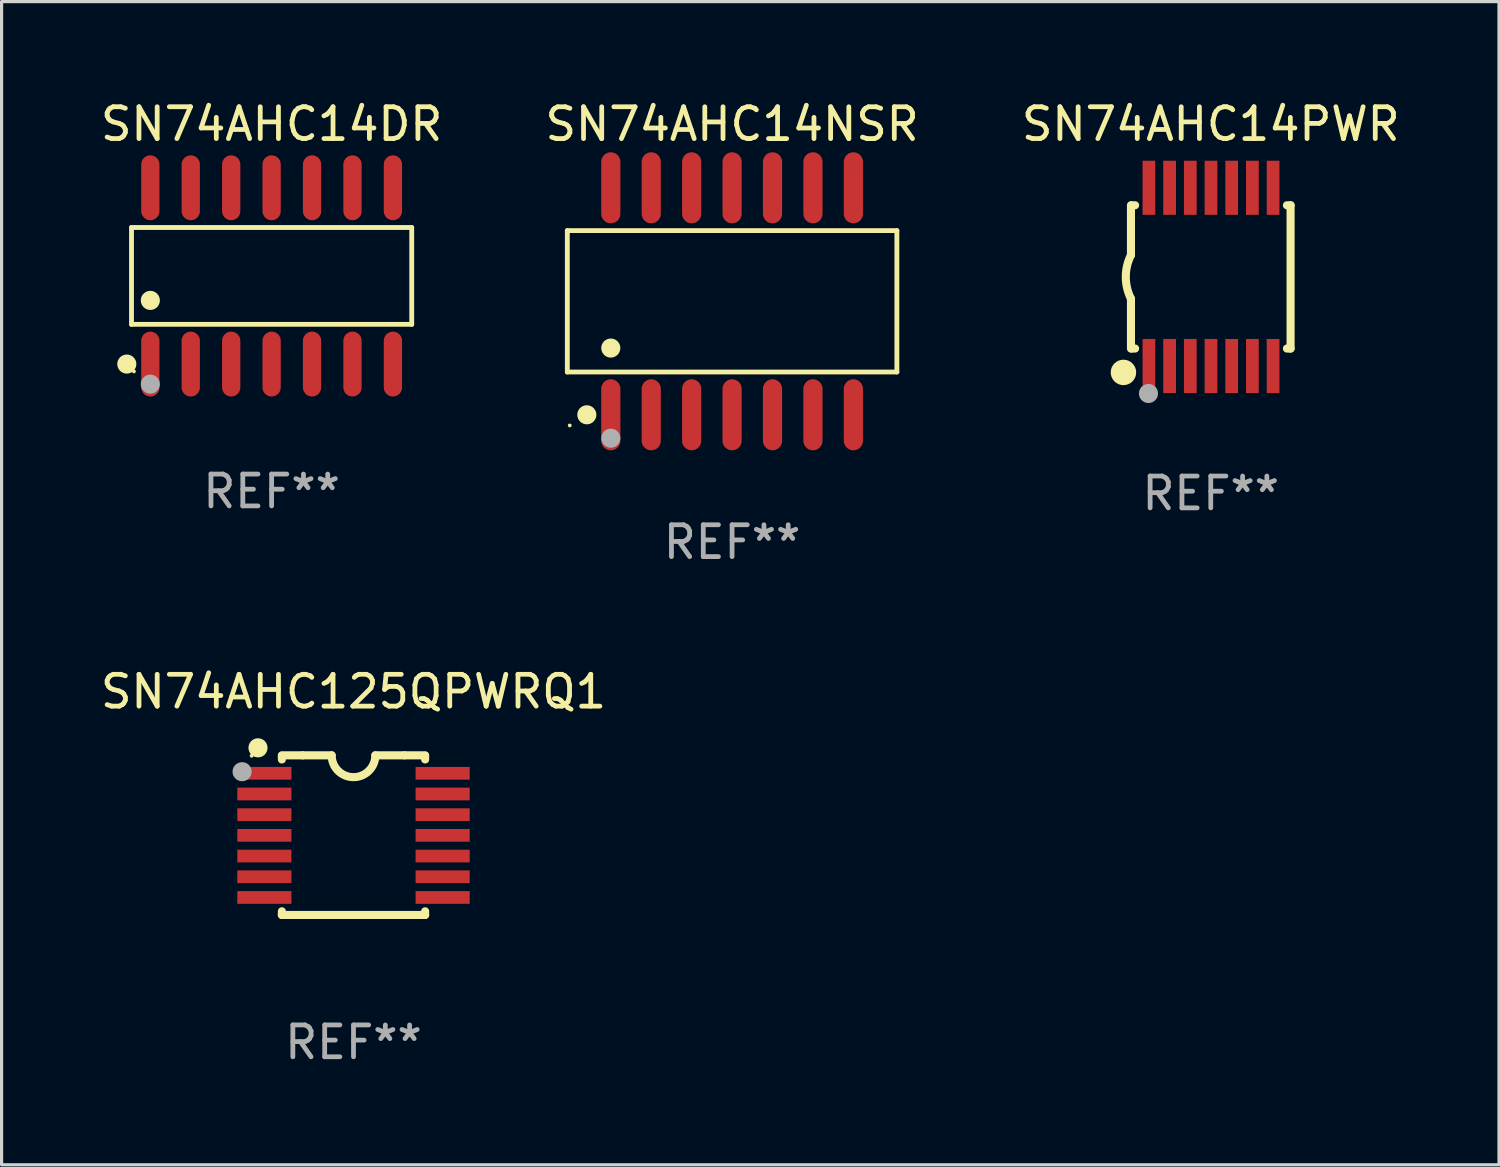
<source format=kicad_pcb>
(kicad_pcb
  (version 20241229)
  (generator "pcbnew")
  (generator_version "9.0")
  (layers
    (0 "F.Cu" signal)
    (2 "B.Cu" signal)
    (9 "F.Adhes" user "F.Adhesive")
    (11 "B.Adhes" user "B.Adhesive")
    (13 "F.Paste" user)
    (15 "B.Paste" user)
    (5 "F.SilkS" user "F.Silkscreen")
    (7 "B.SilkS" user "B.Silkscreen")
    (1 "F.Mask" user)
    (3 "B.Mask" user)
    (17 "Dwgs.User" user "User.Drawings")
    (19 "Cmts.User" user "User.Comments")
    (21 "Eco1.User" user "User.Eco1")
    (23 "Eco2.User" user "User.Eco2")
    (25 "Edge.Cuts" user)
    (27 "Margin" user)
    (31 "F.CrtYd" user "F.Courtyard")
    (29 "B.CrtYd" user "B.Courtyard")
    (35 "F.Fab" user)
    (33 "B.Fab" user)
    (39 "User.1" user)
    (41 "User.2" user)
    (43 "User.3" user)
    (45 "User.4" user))
  (footprint "SN74AHC14NSR"
    (layer "F.Cu")
    (at 19.946 6.414)
    (property "Reference" "SN74AHC14NSR" (at 0 -5.565 0) (layer "F.SilkS") (effects (font (size 1 1) (thickness 0.15))))
    (attr through_hole)
    (fp_line (start -5.176 -2.221) (end 5.176 -2.221) (stroke (width 0.152) (type solid)) (layer "F.SilkS"))
    (fp_line (start -5.176 2.221) (end -5.176 -2.221) (stroke (width 0.152) (type solid)) (layer "F.SilkS"))
    (fp_line (start 5.176 -2.221) (end 5.176 2.221) (stroke (width 0.152) (type solid)) (layer "F.SilkS"))
    (fp_line (start 5.176 2.221) (end -5.176 2.221) (stroke (width 0.152) (type solid)) (layer "F.SilkS"))
    (fp_circle (center -5.1 3.9) (end -5.07 3.9) (stroke (width 0.06) (type solid)) (fill no) (layer "F.SilkS"))
    (fp_circle (center -4.563 3.565) (end -4.413 3.565) (stroke (width 0.3) (type solid)) (fill no) (layer "F.SilkS"))
    (fp_circle (center -3.81 1.469) (end -3.66 1.469) (stroke (width 0.3) (type solid)) (fill no) (layer "F.SilkS"))
    (fp_circle (center -3.81 4.3) (end -3.66 4.3) (stroke (width 0.3) (type solid)) (fill no) (layer "F.Fab"))
    (fp_text user "REF**" (at 0 7.565 0) (layer "F.Fab") (effects (font (size 1 1) (thickness 0.15))))
    (pad "1" smd oval (at -3.81 3.565) (size 0.602 2.231) (layers "F.Cu" "F.Mask" "F.Paste"))
    (pad "2" smd oval (at -2.54 3.565) (size 0.602 2.231) (layers "F.Cu" "F.Mask" "F.Paste"))
    (pad "3" smd oval (at -1.27 3.565) (size 0.602 2.231) (layers "F.Cu" "F.Mask" "F.Paste"))
    (pad "4" smd oval (at 0 3.565) (size 0.602 2.231) (layers "F.Cu" "F.Mask" "F.Paste"))
    (pad "5" smd oval (at 1.27 3.565) (size 0.602 2.231) (layers "F.Cu" "F.Mask" "F.Paste"))
    (pad "6" smd oval (at 2.54 3.565) (size 0.602 2.231) (layers "F.Cu" "F.Mask" "F.Paste"))
    (pad "7" smd oval (at 3.81 3.565) (size 0.602 2.231) (layers "F.Cu" "F.Mask" "F.Paste"))
    (pad "8" smd oval (at 3.81 -3.565) (size 0.602 2.231) (layers "F.Cu" "F.Mask" "F.Paste"))
    (pad "9" smd oval (at 2.54 -3.565) (size 0.602 2.231) (layers "F.Cu" "F.Mask" "F.Paste"))
    (pad "10" smd oval (at 1.27 -3.565) (size 0.602 2.231) (layers "F.Cu" "F.Mask" "F.Paste"))
    (pad "11" smd oval (at 0 -3.565) (size 0.602 2.231) (layers "F.Cu" "F.Mask" "F.Paste"))
    (pad "12" smd oval (at -1.27 -3.565) (size 0.602 2.231) (layers "F.Cu" "F.Mask" "F.Paste"))
    (pad "13" smd oval (at -2.54 -3.565) (size 0.602 2.231) (layers "F.Cu" "F.Mask" "F.Paste"))
    (pad "14" smd oval (at -3.81 -3.565) (size 0.602 2.231) (layers "F.Cu" "F.Mask" "F.Paste")))
  (footprint "SN74AHC125QPWRQ1"
    (layer "F.Cu")
    (at 8.054 23.183)
    (property "Reference" "SN74AHC125QPWRQ1" (at 0 -4.507 0) (layer "F.SilkS") (effects (font (size 1 1) (thickness 0.15))))
    (attr through_hole)
    (fp_line (start -2.25 -2.377) (end -2.25 -2.493) (stroke (width 0.254) (type solid)) (layer "F.SilkS"))
    (fp_line (start -2.25 2.507) (end -2.25 2.392) (stroke (width 0.254) (type solid)) (layer "F.SilkS"))
    (fp_line (start -1.6 -2.507) (end -2.25 -2.507) (stroke (width 0.254) (type solid)) (layer "F.SilkS"))
    (fp_line (start -1.6 -2.507) (end -0.686 -2.507) (stroke (width 0.254) (type solid)) (layer "F.SilkS"))
    (fp_line (start 0.686 -2.507) (end 1.6 -2.507) (stroke (width 0.254) (type solid)) (layer "F.SilkS"))
    (fp_line (start 1.6 -2.507) (end 2.25 -2.507) (stroke (width 0.254) (type solid)) (layer "F.SilkS"))
    (fp_line (start 2.25 -2.493) (end 2.25 -2.377) (stroke (width 0.254) (type solid)) (layer "F.SilkS"))
    (fp_line (start 2.25 2.392) (end 2.25 2.507) (stroke (width 0.254) (type solid)) (layer "F.SilkS"))
    (fp_line (start 2.25 2.507) (end -2.25 2.507) (stroke (width 0.254) (type solid)) (layer "F.SilkS"))
    (fp_arc (start 0.685852 -2.507303) (mid 0.000051 -1.821502) (end -0.68575 -2.507303) (stroke (width 0.254001) (type solid)) (layer "F.SilkS"))
    (fp_circle (center -3.2 -2.493) (end -3.17 -2.493) (stroke (width 0.06) (type solid)) (fill no) (layer "F.SilkS"))
    (fp_circle (center -3 -2.743) (end -2.85 -2.743) (stroke (width 0.3) (type solid)) (fill no) (layer "F.SilkS"))
    (fp_circle (center -3.5 -1.993) (end -3.35 -1.993) (stroke (width 0.3) (type solid)) (fill no) (layer "F.Fab"))
    (fp_text user "REF**" (at 0 6.507 0) (layer "F.Fab") (effects (font (size 1 1) (thickness 0.15))))
    (pad "1" smd rect (at -2.8 -1.943) (size 1.7 0.4) (layers "F.Cu" "F.Mask" "F.Paste"))
    (pad "2" smd rect (at -2.8 -1.293) (size 1.7 0.4) (layers "F.Cu" "F.Mask" "F.Paste"))
    (pad "3" smd rect (at -2.8 -0.643) (size 1.7 0.4) (layers "F.Cu" "F.Mask" "F.Paste"))
    (pad "4" smd rect (at -2.8 0.007) (size 1.7 0.4) (layers "F.Cu" "F.Mask" "F.Paste"))
    (pad "5" smd rect (at -2.8 0.657) (size 1.7 0.4) (layers "F.Cu" "F.Mask" "F.Paste"))
    (pad "6" smd rect (at -2.8 1.307) (size 1.7 0.4) (layers "F.Cu" "F.Mask" "F.Paste"))
    (pad "7" smd rect (at -2.8 1.957) (size 1.7 0.4) (layers "F.Cu" "F.Mask" "F.Paste"))
    (pad "8" smd rect (at 2.8 1.957) (size 1.7 0.4) (layers "F.Cu" "F.Mask" "F.Paste"))
    (pad "9" smd rect (at 2.8 1.307) (size 1.7 0.4) (layers "F.Cu" "F.Mask" "F.Paste"))
    (pad "10" smd rect (at 2.8 0.657) (size 1.7 0.4) (layers "F.Cu" "F.Mask" "F.Paste"))
    (pad "11" smd rect (at 2.8 0.007) (size 1.7 0.4) (layers "F.Cu" "F.Mask" "F.Paste"))
    (pad "12" smd rect (at 2.8 -0.643) (size 1.7 0.4) (layers "F.Cu" "F.Mask" "F.Paste"))
    (pad "13" smd rect (at 2.8 -1.293) (size 1.7 0.4) (layers "F.Cu" "F.Mask" "F.Paste"))
    (pad "14" smd rect (at 2.8 -1.943) (size 1.7 0.4) (layers "F.Cu" "F.Mask" "F.Paste")))
  (footprint "SN74AHC14DR"
    (layer "F.Cu")
    (at 5.482 5.617)
    (property "Reference" "SN74AHC14DR" (at 0 -4.769 0) (layer "F.SilkS") (effects (font (size 1 1) (thickness 0.15))))
    (attr through_hole)
    (fp_line (start -4.401 -1.521) (end 4.401 -1.521) (stroke (width 0.152) (type solid)) (layer "F.SilkS"))
    (fp_line (start -4.401 1.521) (end -4.401 -1.521) (stroke (width 0.152) (type solid)) (layer "F.SilkS"))
    (fp_line (start 4.401 -1.521) (end 4.401 1.521) (stroke (width 0.152) (type solid)) (layer "F.SilkS"))
    (fp_line (start 4.401 1.521) (end -4.401 1.521) (stroke (width 0.152) (type solid)) (layer "F.SilkS"))
    (fp_circle (center -4.549 2.769) (end -4.399 2.769) (stroke (width 0.3) (type solid)) (fill no) (layer "F.SilkS"))
    (fp_circle (center -4.325 3) (end -4.295 3) (stroke (width 0.06) (type solid)) (fill no) (layer "F.SilkS"))
    (fp_circle (center -3.81 0.769) (end -3.66 0.769) (stroke (width 0.3) (type solid)) (fill no) (layer "F.SilkS"))
    (fp_circle (center -3.81 3.4) (end -3.66 3.4) (stroke (width 0.3) (type solid)) (fill no) (layer "F.Fab"))
    (fp_text user "REF**" (at 0 6.769 0) (layer "F.Fab") (effects (font (size 1 1) (thickness 0.15))))
    (pad "1" smd oval (at -3.81 2.769) (size 0.574 2.038) (layers "F.Cu" "F.Mask" "F.Paste"))
    (pad "2" smd oval (at -2.54 2.769) (size 0.574 2.038) (layers "F.Cu" "F.Mask" "F.Paste"))
    (pad "3" smd oval (at -1.27 2.769) (size 0.574 2.038) (layers "F.Cu" "F.Mask" "F.Paste"))
    (pad "4" smd oval (at 0 2.769) (size 0.574 2.038) (layers "F.Cu" "F.Mask" "F.Paste"))
    (pad "5" smd oval (at 1.27 2.769) (size 0.574 2.038) (layers "F.Cu" "F.Mask" "F.Paste"))
    (pad "6" smd oval (at 2.54 2.769) (size 0.574 2.038) (layers "F.Cu" "F.Mask" "F.Paste"))
    (pad "7" smd oval (at 3.81 2.769) (size 0.574 2.038) (layers "F.Cu" "F.Mask" "F.Paste"))
    (pad "8" smd oval (at 3.81 -2.769) (size 0.574 2.038) (layers "F.Cu" "F.Mask" "F.Paste"))
    (pad "9" smd oval (at 2.54 -2.769) (size 0.574 2.038) (layers "F.Cu" "F.Mask" "F.Paste"))
    (pad "10" smd oval (at 1.27 -2.769) (size 0.574 2.038) (layers "F.Cu" "F.Mask" "F.Paste"))
    (pad "11" smd oval (at 0 -2.769) (size 0.574 2.038) (layers "F.Cu" "F.Mask" "F.Paste"))
    (pad "12" smd oval (at -1.27 -2.769) (size 0.574 2.038) (layers "F.Cu" "F.Mask" "F.Paste"))
    (pad "13" smd oval (at -2.54 -2.769) (size 0.574 2.038) (layers "F.Cu" "F.Mask" "F.Paste"))
    (pad "14" smd oval (at -3.81 -2.769) (size 0.574 2.038) (layers "F.Cu" "F.Mask" "F.Paste")))
  (footprint "SN74AHC14PWR"
    (layer "F.Cu")
    (at 34.982 5.648)
    (property "Reference" "SN74AHC14PWR" (at 0 -4.8 0) (layer "F.SilkS") (effects (font (size 1 1) (thickness 0.15))))
    (attr through_hole)
    (fp_line (start -2.507 -1.6) (end -2.507 -2.25) (stroke (width 0.254) (type solid)) (layer "F.SilkS"))
    (fp_line (start -2.507 -0.686) (end -2.507 -1.6) (stroke (width 0.254) (type solid)) (layer "F.SilkS"))
    (fp_line (start -2.507 1.6) (end -2.507 0.686) (stroke (width 0.254) (type solid)) (layer "F.SilkS"))
    (fp_line (start -2.507 1.6) (end -2.507 2.25) (stroke (width 0.254) (type solid)) (layer "F.SilkS"))
    (fp_line (start -2.493 -2.25) (end -2.377 -2.25) (stroke (width 0.254) (type solid)) (layer "F.SilkS"))
    (fp_line (start -2.377 2.25) (end -2.493 2.25) (stroke (width 0.254) (type solid)) (layer "F.SilkS"))
    (fp_line (start 2.392 -2.25) (end 2.507 -2.25) (stroke (width 0.254) (type solid)) (layer "F.SilkS"))
    (fp_line (start 2.507 -2.25) (end 2.507 2.25) (stroke (width 0.254) (type solid)) (layer "F.SilkS"))
    (fp_line (start 2.507 2.25) (end 2.392 2.25) (stroke (width 0.254) (type solid)) (layer "F.SilkS"))
    (fp_arc (start -2.507303 0.685802) (mid -2.669199 0) (end -2.507303 -0.685801) (stroke (width 0.254001) (type solid)) (layer "F.SilkS"))
    (fp_circle (center -2.743 3) (end -2.543 3) (stroke (width 0.4) (type solid)) (fill no) (layer "F.SilkS"))
    (fp_circle (center -2.493 3.2) (end -2.463 3.2) (stroke (width 0.06) (type solid)) (fill no) (layer "F.SilkS"))
    (fp_circle (center -1.957 3.662) (end -1.807 3.662) (stroke (width 0.3) (type solid)) (fill no) (layer "F.Fab"))
    (fp_text user "REF**" (at 0 6.8 0) (layer "F.Fab") (effects (font (size 1 1) (thickness 0.15))))
    (pad "1" smd rect (at -1.943 2.8) (size 0.4 1.7) (layers "F.Cu" "F.Mask" "F.Paste"))
    (pad "2" smd rect (at -1.293 2.8) (size 0.4 1.7) (layers "F.Cu" "F.Mask" "F.Paste"))
    (pad "3" smd rect (at -0.643 2.8) (size 0.4 1.7) (layers "F.Cu" "F.Mask" "F.Paste"))
    (pad "4" smd rect (at 0.007 2.8) (size 0.4 1.7) (layers "F.Cu" "F.Mask" "F.Paste"))
    (pad "5" smd rect (at 0.657 2.8) (size 0.4 1.7) (layers "F.Cu" "F.Mask" "F.Paste"))
    (pad "6" smd rect (at 1.307 2.8) (size 0.4 1.7) (layers "F.Cu" "F.Mask" "F.Paste"))
    (pad "7" smd rect (at 1.957 2.8) (size 0.4 1.7) (layers "F.Cu" "F.Mask" "F.Paste"))
    (pad "8" smd rect (at 1.957 -2.8) (size 0.4 1.7) (layers "F.Cu" "F.Mask" "F.Paste"))
    (pad "9" smd rect (at 1.307 -2.8) (size 0.4 1.7) (layers "F.Cu" "F.Mask" "F.Paste"))
    (pad "10" smd rect (at 0.657 -2.8) (size 0.4 1.7) (layers "F.Cu" "F.Mask" "F.Paste"))
    (pad "11" smd rect (at 0.007 -2.8) (size 0.4 1.7) (layers "F.Cu" "F.Mask" "F.Paste"))
    (pad "12" smd rect (at -0.643 -2.8) (size 0.4 1.7) (layers "F.Cu" "F.Mask" "F.Paste"))
    (pad "13" smd rect (at -1.293 -2.8) (size 0.4 1.7) (layers "F.Cu" "F.Mask" "F.Paste"))
    (pad "14" smd rect (at -1.943 -2.8) (size 0.4 1.7) (layers "F.Cu" "F.Mask" "F.Paste")))
  (gr_rect
    (start -3 -3)
    (end 44.036 33.538)
    (stroke (width 0.1) (type default))
    (fill no)
    (layer "Edge.Cuts")))
</source>
